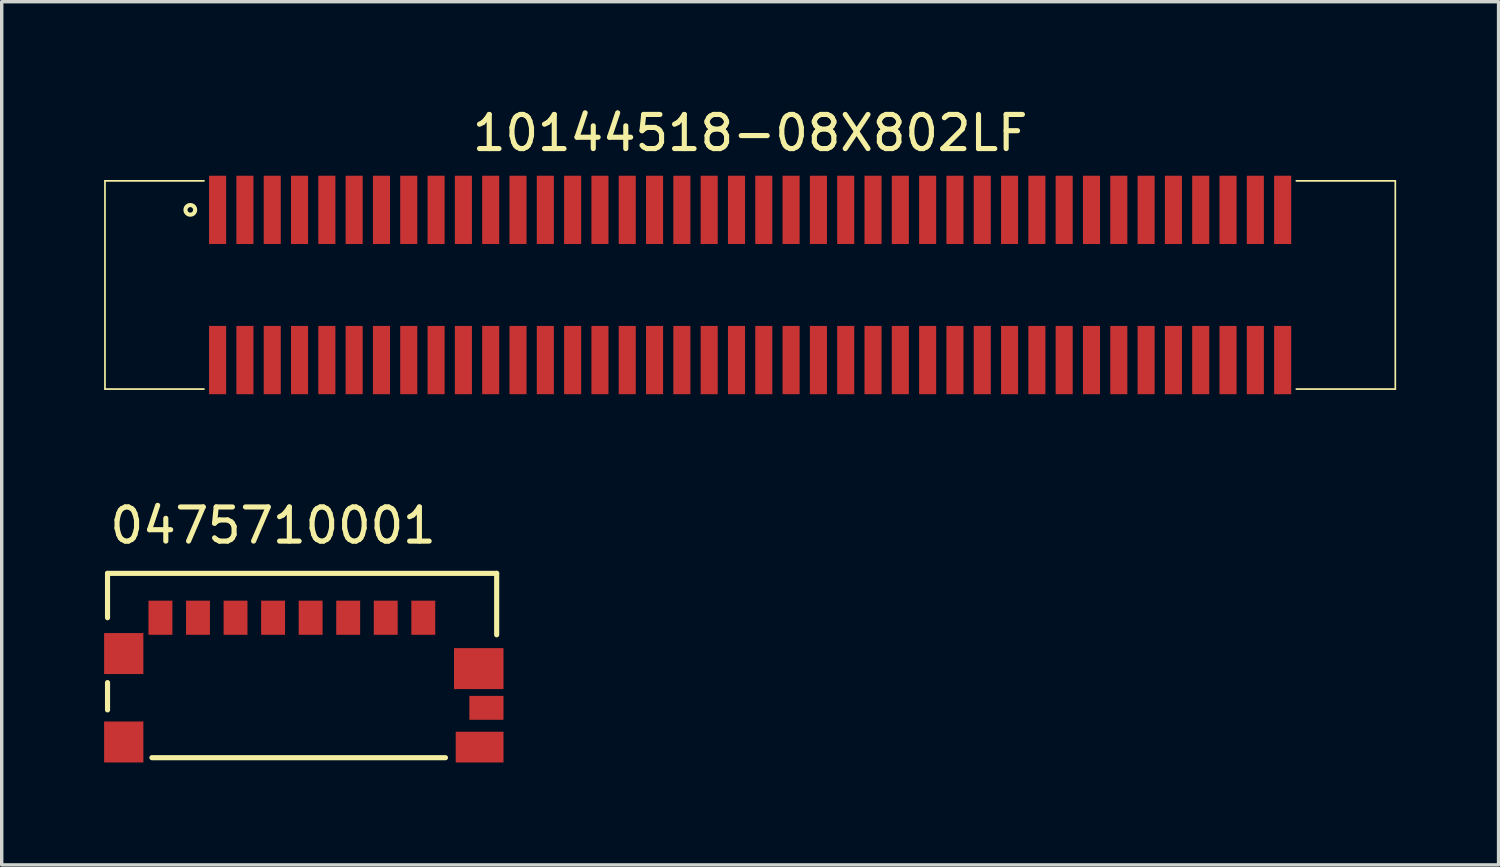
<source format=kicad_pcb>
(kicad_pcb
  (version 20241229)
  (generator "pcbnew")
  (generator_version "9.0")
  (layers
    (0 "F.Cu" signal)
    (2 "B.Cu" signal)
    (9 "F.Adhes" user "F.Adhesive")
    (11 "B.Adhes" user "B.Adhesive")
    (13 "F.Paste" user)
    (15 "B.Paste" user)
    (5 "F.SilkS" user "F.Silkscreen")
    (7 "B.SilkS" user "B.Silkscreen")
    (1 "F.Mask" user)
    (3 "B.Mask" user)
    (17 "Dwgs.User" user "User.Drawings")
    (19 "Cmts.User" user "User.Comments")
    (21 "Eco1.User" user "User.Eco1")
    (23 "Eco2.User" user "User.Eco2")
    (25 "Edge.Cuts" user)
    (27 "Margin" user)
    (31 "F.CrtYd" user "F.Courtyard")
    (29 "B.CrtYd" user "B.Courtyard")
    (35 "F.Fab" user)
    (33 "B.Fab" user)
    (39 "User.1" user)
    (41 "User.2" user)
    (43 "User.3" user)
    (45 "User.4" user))
  (footprint "0475710001"
    (layer "F.Cu")
    (at 5.5 15.046)
    (property "Reference" "0475710001" (at -0.55 -2.7 0) (layer "F.SilkS") (effects (font (size 1 1) (thickness 0.15))))
    (attr through_hole)
    (fp_line (start -5.4 -1.3) (end -5.4 0) (stroke (width 0.15) (type solid)) (layer "F.SilkS"))
    (fp_line (start -5.4 1.9) (end -5.4 2.7) (stroke (width 0.15) (type solid)) (layer "F.SilkS"))
    (fp_line (start 4.5 4.1) (end -4.1 4.1) (stroke (width 0.15) (type solid)) (layer "F.SilkS"))
    (fp_line (start 6 -1.3) (end -5.4 -1.3) (stroke (width 0.15) (type solid)) (layer "F.SilkS"))
    (fp_line (start 6 -1.3) (end 6 0.5) (stroke (width 0.15) (type solid)) (layer "F.SilkS"))
    (pad "G1" smd rect (at -4.925 1.05) (size 1.15 1.2) (layers "F.Cu" "F.Mask" "F.Paste"))
    (pad "G2" smd rect (at -4.925 3.64) (size 1.15 1.2) (layers "F.Cu" "F.Mask" "F.Paste"))
    (pad "G3" smd rect (at 5.475 1.49) (size 1.45 1.2) (layers "F.Cu" "F.Mask" "F.Paste"))
    (pad "G4" smd rect (at 5.7 2.64) (size 1 0.7) (layers "F.Cu" "F.Mask" "F.Paste"))
    (pad "G5" smd rect (at 5.5 3.79) (size 1.4 0.9) (layers "F.Cu" "F.Mask" "F.Paste"))
    (pad "P1" smd rect (at 3.85 0) (size 0.7 1) (layers "F.Cu" "F.Mask" "F.Paste"))
    (pad "P2" smd rect (at 2.75 0) (size 0.7 1) (layers "F.Cu" "F.Mask" "F.Paste"))
    (pad "P3" smd rect (at 1.65 0) (size 0.7 1) (layers "F.Cu" "F.Mask" "F.Paste"))
    (pad "P4" smd rect (at 0.55 0) (size 0.7 1) (layers "F.Cu" "F.Mask" "F.Paste"))
    (pad "P5" smd rect (at -0.55 0) (size 0.7 1) (layers "F.Cu" "F.Mask" "F.Paste"))
    (pad "P6" smd rect (at -1.65 0) (size 0.7 1) (layers "F.Cu" "F.Mask" "F.Paste"))
    (pad "P7" smd rect (at -2.75 0) (size 0.7 1) (layers "F.Cu" "F.Mask" "F.Paste"))
    (pad "P8" smd rect (at -3.85 0) (size 0.7 1) (layers "F.Cu" "F.Mask" "F.Paste")))
  (footprint "10144518-08X802LF"
    (layer "F.Cu")
    (at 18.925 5.298)
    (property "Reference" "10144518-08X802LF" (at 0 -4.45 0) (layer "F.SilkS") (effects (font (size 1 1) (thickness 0.15))))
    (attr smd)
    (fp_line (start -18.9 -3.05) (end -16 -3.05) (stroke (width 0.05) (type solid)) (layer "F.SilkS"))
    (fp_line (start -18.9 3.05) (end -18.9 -3.05) (stroke (width 0.05) (type solid)) (layer "F.SilkS"))
    (fp_line (start -16 3.05) (end -18.9 3.05) (stroke (width 0.05) (type solid)) (layer "F.SilkS"))
    (fp_line (start 16 3.05) (end 18.9 3.05) (stroke (width 0.05) (type solid)) (layer "F.SilkS"))
    (fp_line (start 18.9 -3.05) (end 16 -3.05) (stroke (width 0.05) (type solid)) (layer "F.SilkS"))
    (fp_line (start 18.9 -3.05) (end 18.9 3.05) (stroke (width 0.05) (type solid)) (layer "F.SilkS"))
    (fp_circle (center -16.4 -2.2) (end -16.5 -2.3) (stroke (width 0.12) (type solid)) (fill no) (layer "F.SilkS"))
    (pad "1" smd rect (at -15.6 -2.2) (size 0.5 2) (layers "F.Cu" "F.Mask" "F.Paste"))
    (pad "2" smd rect (at -15.6 2.2) (size 0.5 2) (layers "F.Cu" "F.Mask" "F.Paste"))
    (pad "3" smd rect (at -14.8 -2.2) (size 0.5 2) (layers "F.Cu" "F.Mask" "F.Paste"))
    (pad "4" smd rect (at -14.8 2.2) (size 0.5 2) (layers "F.Cu" "F.Mask" "F.Paste"))
    (pad "5" smd rect (at -14 -2.2) (size 0.5 2) (layers "F.Cu" "F.Mask" "F.Paste"))
    (pad "6" smd rect (at -14 2.2) (size 0.5 2) (layers "F.Cu" "F.Mask" "F.Paste"))
    (pad "7" smd rect (at -13.2 -2.2) (size 0.5 2) (layers "F.Cu" "F.Mask" "F.Paste"))
    (pad "8" smd rect (at -13.2 2.2) (size 0.5 2) (layers "F.Cu" "F.Mask" "F.Paste"))
    (pad "9" smd rect (at -12.4 -2.2) (size 0.5 2) (layers "F.Cu" "F.Mask" "F.Paste"))
    (pad "10" smd rect (at -12.4 2.2) (size 0.5 2) (layers "F.Cu" "F.Mask" "F.Paste"))
    (pad "11" smd rect (at -11.6 -2.2) (size 0.5 2) (layers "F.Cu" "F.Mask" "F.Paste"))
    (pad "12" smd rect (at -11.6 2.2) (size 0.5 2) (layers "F.Cu" "F.Mask" "F.Paste"))
    (pad "13" smd rect (at -10.8 -2.2) (size 0.5 2) (layers "F.Cu" "F.Mask" "F.Paste"))
    (pad "14" smd rect (at -10.8 2.2) (size 0.5 2) (layers "F.Cu" "F.Mask" "F.Paste"))
    (pad "15" smd rect (at -10 -2.2) (size 0.5 2) (layers "F.Cu" "F.Mask" "F.Paste"))
    (pad "16" smd rect (at -10 2.2) (size 0.5 2) (layers "F.Cu" "F.Mask" "F.Paste"))
    (pad "17" smd rect (at -9.2 -2.2) (size 0.5 2) (layers "F.Cu" "F.Mask" "F.Paste"))
    (pad "18" smd rect (at -9.2 2.2) (size 0.5 2) (layers "F.Cu" "F.Mask" "F.Paste"))
    (pad "19" smd rect (at -8.4 -2.2) (size 0.5 2) (layers "F.Cu" "F.Mask" "F.Paste"))
    (pad "20" smd rect (at -8.4 2.2) (size 0.5 2) (layers "F.Cu" "F.Mask" "F.Paste"))
    (pad "21" smd rect (at -7.6 -2.2) (size 0.5 2) (layers "F.Cu" "F.Mask" "F.Paste"))
    (pad "22" smd rect (at -7.6 2.2) (size 0.5 2) (layers "F.Cu" "F.Mask" "F.Paste"))
    (pad "23" smd rect (at -6.8 -2.2) (size 0.5 2) (layers "F.Cu" "F.Mask" "F.Paste"))
    (pad "24" smd rect (at -6.8 2.2) (size 0.5 2) (layers "F.Cu" "F.Mask" "F.Paste"))
    (pad "25" smd rect (at -6 -2.2) (size 0.5 2) (layers "F.Cu" "F.Mask" "F.Paste"))
    (pad "26" smd rect (at -6 2.2) (size 0.5 2) (layers "F.Cu" "F.Mask" "F.Paste"))
    (pad "27" smd rect (at -5.2 -2.2) (size 0.5 2) (layers "F.Cu" "F.Mask" "F.Paste"))
    (pad "28" smd rect (at -5.2 2.2) (size 0.5 2) (layers "F.Cu" "F.Mask" "F.Paste"))
    (pad "29" smd rect (at -4.4 -2.2) (size 0.5 2) (layers "F.Cu" "F.Mask" "F.Paste"))
    (pad "30" smd rect (at -4.4 2.2) (size 0.5 2) (layers "F.Cu" "F.Mask" "F.Paste"))
    (pad "31" smd rect (at -3.6 -2.2) (size 0.5 2) (layers "F.Cu" "F.Mask" "F.Paste"))
    (pad "32" smd rect (at -3.6 2.2) (size 0.5 2) (layers "F.Cu" "F.Mask" "F.Paste"))
    (pad "33" smd rect (at -2.8 -2.2) (size 0.5 2) (layers "F.Cu" "F.Mask" "F.Paste"))
    (pad "34" smd rect (at -2.8 2.2) (size 0.5 2) (layers "F.Cu" "F.Mask" "F.Paste"))
    (pad "35" smd rect (at -2 -2.2) (size 0.5 2) (layers "F.Cu" "F.Mask" "F.Paste"))
    (pad "36" smd rect (at -2 2.2) (size 0.5 2) (layers "F.Cu" "F.Mask" "F.Paste"))
    (pad "37" smd rect (at -1.2 -2.2) (size 0.5 2) (layers "F.Cu" "F.Mask" "F.Paste"))
    (pad "38" smd rect (at -1.2 2.2) (size 0.5 2) (layers "F.Cu" "F.Mask" "F.Paste"))
    (pad "39" smd rect (at -0.4 -2.2) (size 0.5 2) (layers "F.Cu" "F.Mask" "F.Paste"))
    (pad "40" smd rect (at -0.4 2.2) (size 0.5 2) (layers "F.Cu" "F.Mask" "F.Paste"))
    (pad "41" smd rect (at 0.4 -2.2) (size 0.5 2) (layers "F.Cu" "F.Mask" "F.Paste"))
    (pad "42" smd rect (at 0.4 2.2) (size 0.5 2) (layers "F.Cu" "F.Mask" "F.Paste"))
    (pad "43" smd rect (at 1.2 -2.2) (size 0.5 2) (layers "F.Cu" "F.Mask" "F.Paste"))
    (pad "44" smd rect (at 1.2 2.2) (size 0.5 2) (layers "F.Cu" "F.Mask" "F.Paste"))
    (pad "45" smd rect (at 2 -2.2) (size 0.5 2) (layers "F.Cu" "F.Mask" "F.Paste"))
    (pad "46" smd rect (at 2 2.2) (size 0.5 2) (layers "F.Cu" "F.Mask" "F.Paste"))
    (pad "47" smd rect (at 2.8 -2.2) (size 0.5 2) (layers "F.Cu" "F.Mask" "F.Paste"))
    (pad "48" smd rect (at 2.8 2.2) (size 0.5 2) (layers "F.Cu" "F.Mask" "F.Paste"))
    (pad "49" smd rect (at 3.6 -2.2) (size 0.5 2) (layers "F.Cu" "F.Mask" "F.Paste"))
    (pad "50" smd rect (at 3.6 2.2) (size 0.5 2) (layers "F.Cu" "F.Mask" "F.Paste"))
    (pad "51" smd rect (at 4.4 -2.2) (size 0.5 2) (layers "F.Cu" "F.Mask" "F.Paste"))
    (pad "52" smd rect (at 4.4 2.2) (size 0.5 2) (layers "F.Cu" "F.Mask" "F.Paste"))
    (pad "53" smd rect (at 5.2 -2.2) (size 0.5 2) (layers "F.Cu" "F.Mask" "F.Paste"))
    (pad "54" smd rect (at 5.2 2.2) (size 0.5 2) (layers "F.Cu" "F.Mask" "F.Paste"))
    (pad "55" smd rect (at 6 -2.2) (size 0.5 2) (layers "F.Cu" "F.Mask" "F.Paste"))
    (pad "56" smd rect (at 6 2.2) (size 0.5 2) (layers "F.Cu" "F.Mask" "F.Paste"))
    (pad "57" smd rect (at 6.8 -2.2) (size 0.5 2) (layers "F.Cu" "F.Mask" "F.Paste"))
    (pad "58" smd rect (at 6.8 2.2) (size 0.5 2) (layers "F.Cu" "F.Mask" "F.Paste"))
    (pad "59" smd rect (at 7.6 -2.2) (size 0.5 2) (layers "F.Cu" "F.Mask" "F.Paste"))
    (pad "60" smd rect (at 7.6 2.2) (size 0.5 2) (layers "F.Cu" "F.Mask" "F.Paste"))
    (pad "61" smd rect (at 8.4 -2.2) (size 0.5 2) (layers "F.Cu" "F.Mask" "F.Paste"))
    (pad "62" smd rect (at 8.4 2.2) (size 0.5 2) (layers "F.Cu" "F.Mask" "F.Paste"))
    (pad "63" smd rect (at 9.2 -2.2) (size 0.5 2) (layers "F.Cu" "F.Mask" "F.Paste"))
    (pad "64" smd rect (at 9.2 2.2) (size 0.5 2) (layers "F.Cu" "F.Mask" "F.Paste"))
    (pad "65" smd rect (at 10 -2.2) (size 0.5 2) (layers "F.Cu" "F.Mask" "F.Paste"))
    (pad "66" smd rect (at 10 2.2) (size 0.5 2) (layers "F.Cu" "F.Mask" "F.Paste"))
    (pad "67" smd rect (at 10.8 -2.2) (size 0.5 2) (layers "F.Cu" "F.Mask" "F.Paste"))
    (pad "68" smd rect (at 10.8 2.2) (size 0.5 2) (layers "F.Cu" "F.Mask" "F.Paste"))
    (pad "69" smd rect (at 11.6 -2.2) (size 0.5 2) (layers "F.Cu" "F.Mask" "F.Paste"))
    (pad "70" smd rect (at 11.6 2.2) (size 0.5 2) (layers "F.Cu" "F.Mask" "F.Paste"))
    (pad "71" smd rect (at 12.4 -2.2) (size 0.5 2) (layers "F.Cu" "F.Mask" "F.Paste"))
    (pad "72" smd rect (at 12.4 2.2) (size 0.5 2) (layers "F.Cu" "F.Mask" "F.Paste"))
    (pad "73" smd rect (at 13.2 -2.2) (size 0.5 2) (layers "F.Cu" "F.Mask" "F.Paste"))
    (pad "74" smd rect (at 13.2 2.2) (size 0.5 2) (layers "F.Cu" "F.Mask" "F.Paste"))
    (pad "75" smd rect (at 14 -2.2) (size 0.5 2) (layers "F.Cu" "F.Mask" "F.Paste"))
    (pad "76" smd rect (at 14 2.2) (size 0.5 2) (layers "F.Cu" "F.Mask" "F.Paste"))
    (pad "77" smd rect (at 14.8 -2.2) (size 0.5 2) (layers "F.Cu" "F.Mask" "F.Paste"))
    (pad "78" smd rect (at 14.8 2.2) (size 0.5 2) (layers "F.Cu" "F.Mask" "F.Paste"))
    (pad "79" smd rect (at 15.6 -2.2) (size 0.5 2) (layers "F.Cu" "F.Mask" "F.Paste"))
    (pad "80" smd rect (at 15.6 2.2) (size 0.5 2) (layers "F.Cu" "F.Mask" "F.Paste")))
  (gr_rect
    (start -3 -3)
    (end 40.85 22.287)
    (stroke (width 0.1) (type default))
    (fill no)
    (layer "Edge.Cuts")))
</source>
